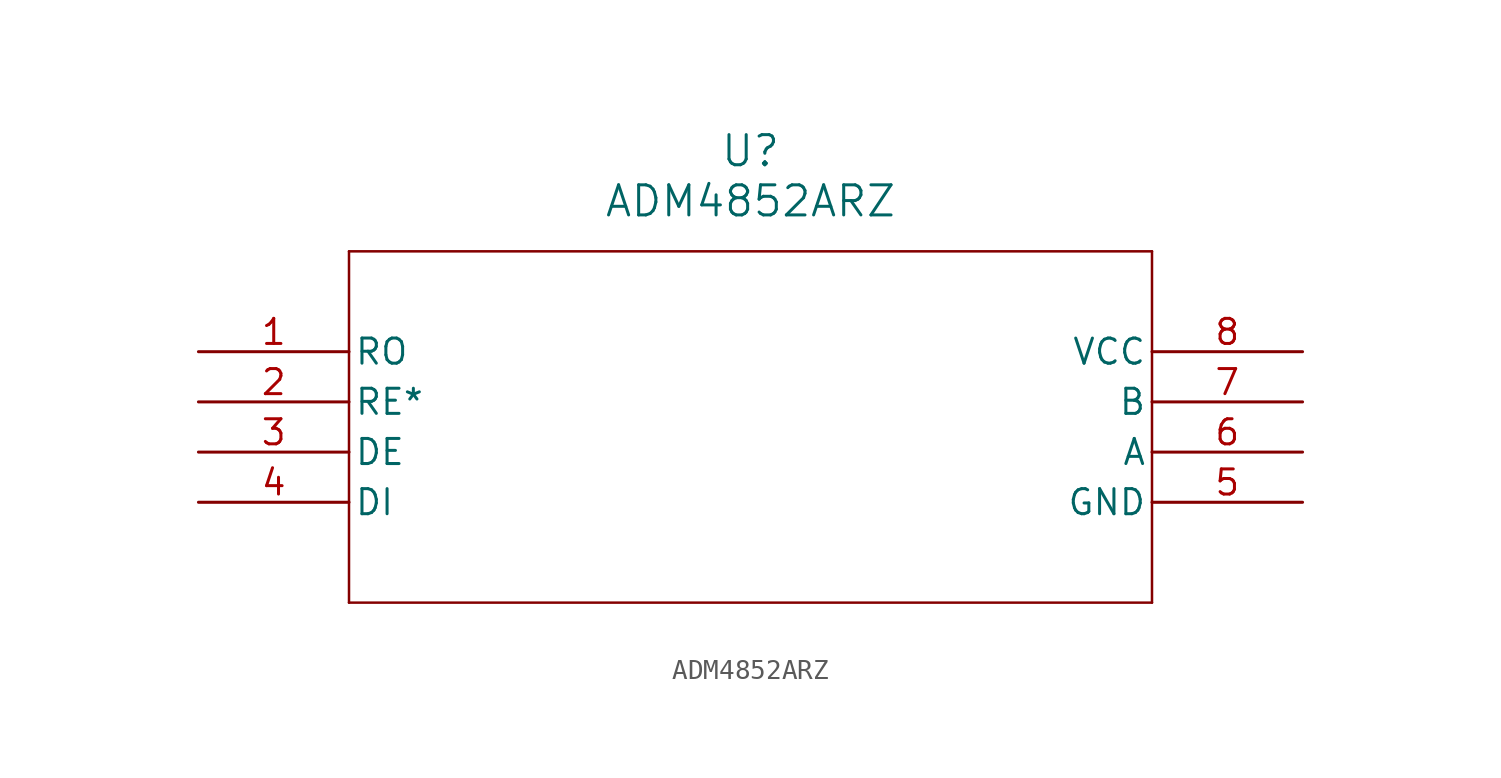
<source format=kicad_sym>
(kicad_symbol_lib
  (version 20211014)
  (generator kicad_symbol_editor)
  (symbol "ADM4852ARZ"
    (pin_names
      (offset 0.254))
    (property "Reference" "U"
      (at 27.94 10.16 0)
      (effects (font (size 1.524 1.524))))
    (property "Value" "ADM4852ARZ"
      (at 27.94 7.62 0)
      (effects (font (size 1.524 1.524))))
    (symbol "ADM4852ARZ_0_1"
      (polyline (pts (xy 7.62 5.08) (xy 7.62 -12.7)) (stroke (width 0.127) (type default) (color 0 0 0 0)) (fill (type none)))
      (polyline (pts (xy 7.62 -12.7) (xy 48.26 -12.7)) (stroke (width 0.127) (type default) (color 0 0 0 0)) (fill (type none)))
      (polyline (pts (xy 48.26 -12.7) (xy 48.26 5.08)) (stroke (width 0.127) (type default) (color 0 0 0 0)) (fill (type none)))
      (polyline (pts (xy 48.26 5.08) (xy 7.62 5.08)) (stroke (width 0.127) (type default) (color 0 0 0 0)) (fill (type none)))
      (pin unspecified line (at 0 0 0) (length 7.62) (name "RO" (effects (font (size 1.27 1.27)))) (number "1" (effects (font (size 1.27 1.27)))))
      (pin unspecified line (at 0 -2.54 0) (length 7.62) (name "RE*" (effects (font (size 1.27 1.27)))) (number "2" (effects (font (size 1.27 1.27)))))
      (pin unspecified line (at 0 -5.08 0) (length 7.62) (name "DE" (effects (font (size 1.27 1.27)))) (number "3" (effects (font (size 1.27 1.27)))))
      (pin unspecified line (at 0 -7.62 0) (length 7.62) (name "DI" (effects (font (size 1.27 1.27)))) (number "4" (effects (font (size 1.27 1.27)))))
      (pin unspecified line (at 55.88 -7.62 180) (length 7.62) (name "GND" (effects (font (size 1.27 1.27)))) (number "5" (effects (font (size 1.27 1.27)))))
      (pin unspecified line (at 55.88 -5.08 180) (length 7.62) (name "A" (effects (font (size 1.27 1.27)))) (number "6" (effects (font (size 1.27 1.27)))))
      (pin unspecified line (at 55.88 -2.54 180) (length 7.62) (name "B" (effects (font (size 1.27 1.27)))) (number "7" (effects (font (size 1.27 1.27)))))
      (pin power_in line (at 55.88 0 180) (length 7.62) (name "VCC" (effects (font (size 1.27 1.27)))) (number "8" (effects (font (size 1.27 1.27))))))))
</source>
